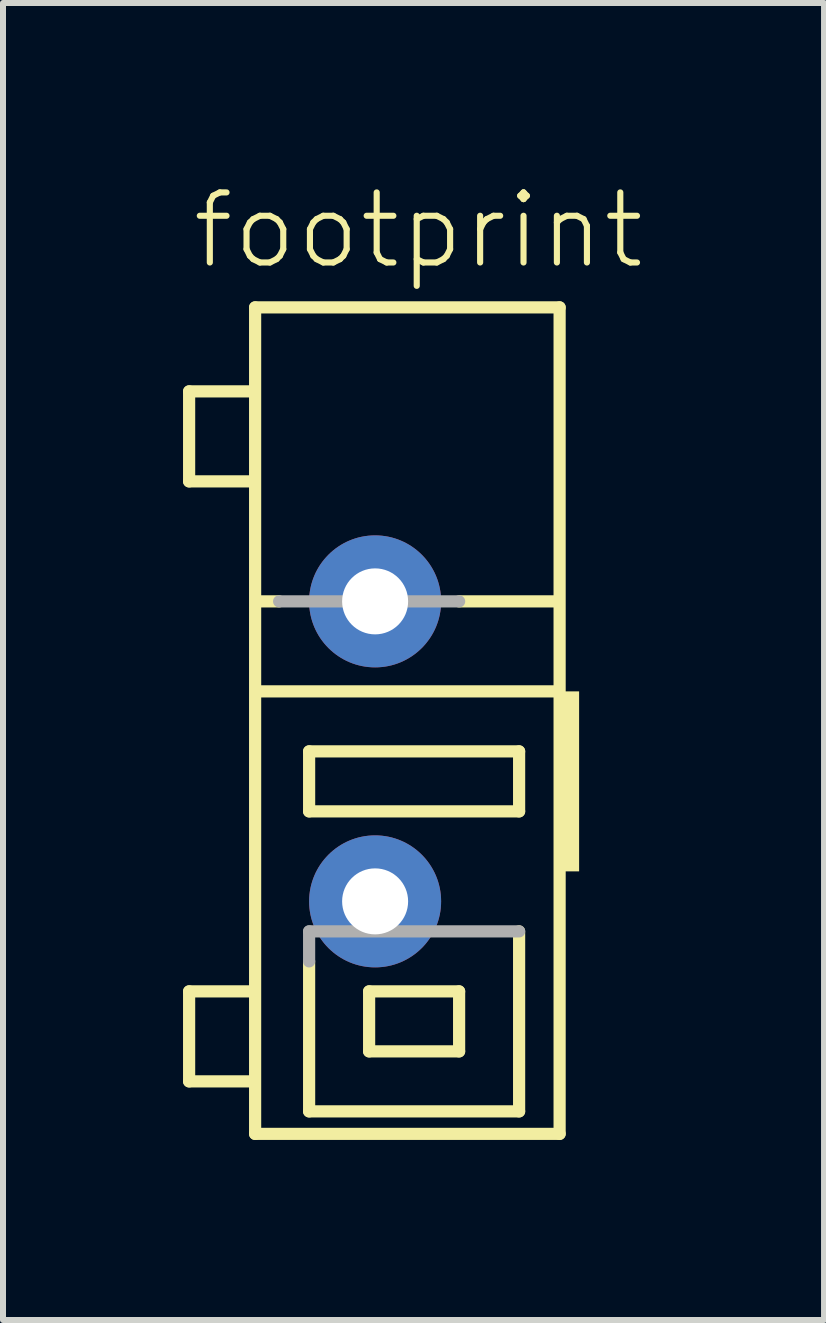
<source format=kicad_pcb>
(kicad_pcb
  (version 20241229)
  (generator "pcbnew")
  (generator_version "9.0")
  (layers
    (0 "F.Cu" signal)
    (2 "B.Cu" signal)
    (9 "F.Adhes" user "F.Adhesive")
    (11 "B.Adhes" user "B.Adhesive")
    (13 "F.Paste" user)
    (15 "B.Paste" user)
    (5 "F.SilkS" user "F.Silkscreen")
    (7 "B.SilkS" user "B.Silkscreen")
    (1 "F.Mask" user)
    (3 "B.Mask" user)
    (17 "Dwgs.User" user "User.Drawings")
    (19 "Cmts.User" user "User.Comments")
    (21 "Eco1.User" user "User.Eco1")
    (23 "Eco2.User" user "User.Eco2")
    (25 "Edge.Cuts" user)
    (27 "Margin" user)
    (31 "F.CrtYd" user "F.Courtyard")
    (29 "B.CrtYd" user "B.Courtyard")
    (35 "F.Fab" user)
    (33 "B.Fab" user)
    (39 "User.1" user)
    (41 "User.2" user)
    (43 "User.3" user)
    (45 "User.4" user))
  (footprint "footprint"
    (layer "F.Cu")
    (at 3.202 9.473)
    (property "Reference" "footprint" (at -3.1 -8 0) (layer "F.SilkS") (effects (font (size 1.168 1.168) (thickness 0.102)) (justify left bottom)))
    (fp_line (start -3.1 -6) (end -3.1 -4.5) (stroke (width 0.203) (type solid)) (layer "F.SilkS"))
    (fp_line (start -3.1 -4.5) (end -2.1 -4.5) (stroke (width 0.203) (type solid)) (layer "F.SilkS"))
    (fp_line (start -3.1 4) (end -2.1 4) (stroke (width 0.203) (type solid)) (layer "F.SilkS"))
    (fp_line (start -3.1 5.5) (end -3.1 4) (stroke (width 0.203) (type solid)) (layer "F.SilkS"))
    (fp_line (start -2.1 -6) (end -3.1 -6) (stroke (width 0.203) (type solid)) (layer "F.SilkS"))
    (fp_line (start -2.1 5.5) (end -3.1 5.5) (stroke (width 0.203) (type solid)) (layer "F.SilkS"))
    (fp_line (start -2 -7.4) (end 3.075 -7.4) (stroke (width 0.203) (type solid)) (layer "F.SilkS"))
    (fp_line (start -2 6.375) (end -2 -7.4) (stroke (width 0.203) (type solid)) (layer "F.SilkS"))
    (fp_line (start -1.6 -2.5) (end -1.925 -2.5) (stroke (width 0.203) (type solid)) (layer "F.SilkS"))
    (fp_line (start -1.1 0) (end 2.4 0) (stroke (width 0.203) (type solid)) (layer "F.SilkS"))
    (fp_line (start -1.1 1) (end -1.1 0) (stroke (width 0.203) (type solid)) (layer "F.SilkS"))
    (fp_line (start -1.1 3.5) (end -1.1 6) (stroke (width 0.203) (type solid)) (layer "F.SilkS"))
    (fp_line (start -1.1 6) (end 2.4 6) (stroke (width 0.203) (type solid)) (layer "F.SilkS"))
    (fp_line (start -0.1 4) (end -0.1 5) (stroke (width 0.203) (type solid)) (layer "F.SilkS"))
    (fp_line (start -0.1 5) (end 1.4 5) (stroke (width 0.203) (type solid)) (layer "F.SilkS"))
    (fp_line (start 1.4 4) (end -0.1 4) (stroke (width 0.203) (type solid)) (layer "F.SilkS"))
    (fp_line (start 1.4 5) (end 1.4 4) (stroke (width 0.203) (type solid)) (layer "F.SilkS"))
    (fp_line (start 2.4 0) (end 2.4 1) (stroke (width 0.203) (type solid)) (layer "F.SilkS"))
    (fp_line (start 2.4 1) (end -1.1 1) (stroke (width 0.203) (type solid)) (layer "F.SilkS"))
    (fp_line (start 2.4 6) (end 2.4 3) (stroke (width 0.203) (type solid)) (layer "F.SilkS"))
    (fp_line (start 3.025 -2.5) (end 1.4 -2.5) (stroke (width 0.203) (type solid)) (layer "F.SilkS"))
    (fp_line (start 3.025 -1) (end -1.925 -1) (stroke (width 0.203) (type solid)) (layer "F.SilkS"))
    (fp_line (start 3.075 -7.4) (end 3.075 6.375) (stroke (width 0.203) (type solid)) (layer "F.SilkS"))
    (fp_line (start 3.075 6.375) (end -2 6.375) (stroke (width 0.203) (type solid)) (layer "F.SilkS"))
    (fp_poly (pts (xy 3.1 2) (xy 3.4 2) (xy 3.4 -1) (xy 3.1 -1)) (stroke (width 0) (type solid)) (fill yes) (layer "F.SilkS"))
    (fp_line (start -1.1 3) (end -1.1 3.5) (stroke (width 0.203) (type solid)) (layer "F.Fab"))
    (fp_line (start 1.4 -2.5) (end -1.6 -2.5) (stroke (width 0.203) (type solid)) (layer "F.Fab"))
    (fp_line (start 2.4 3) (end -1.1 3) (stroke (width 0.203) (type solid)) (layer "F.Fab"))
    (pad "1@1" thru_hole circle (at 0 2.5) (size 2.2 2.2) (drill 1.1) (layers "*.Cu" "*.Mask"))
    (pad "1@2" thru_hole circle (at 0 -2.5) (size 2.2 2.2) (drill 1.1) (layers "*.Cu" "*.Mask")))
  (gr_rect
    (start -3 -3)
    (end 10.684 18.95)
    (stroke (width 0.1) (type default))
    (fill no)
    (layer "Edge.Cuts")))
</source>
